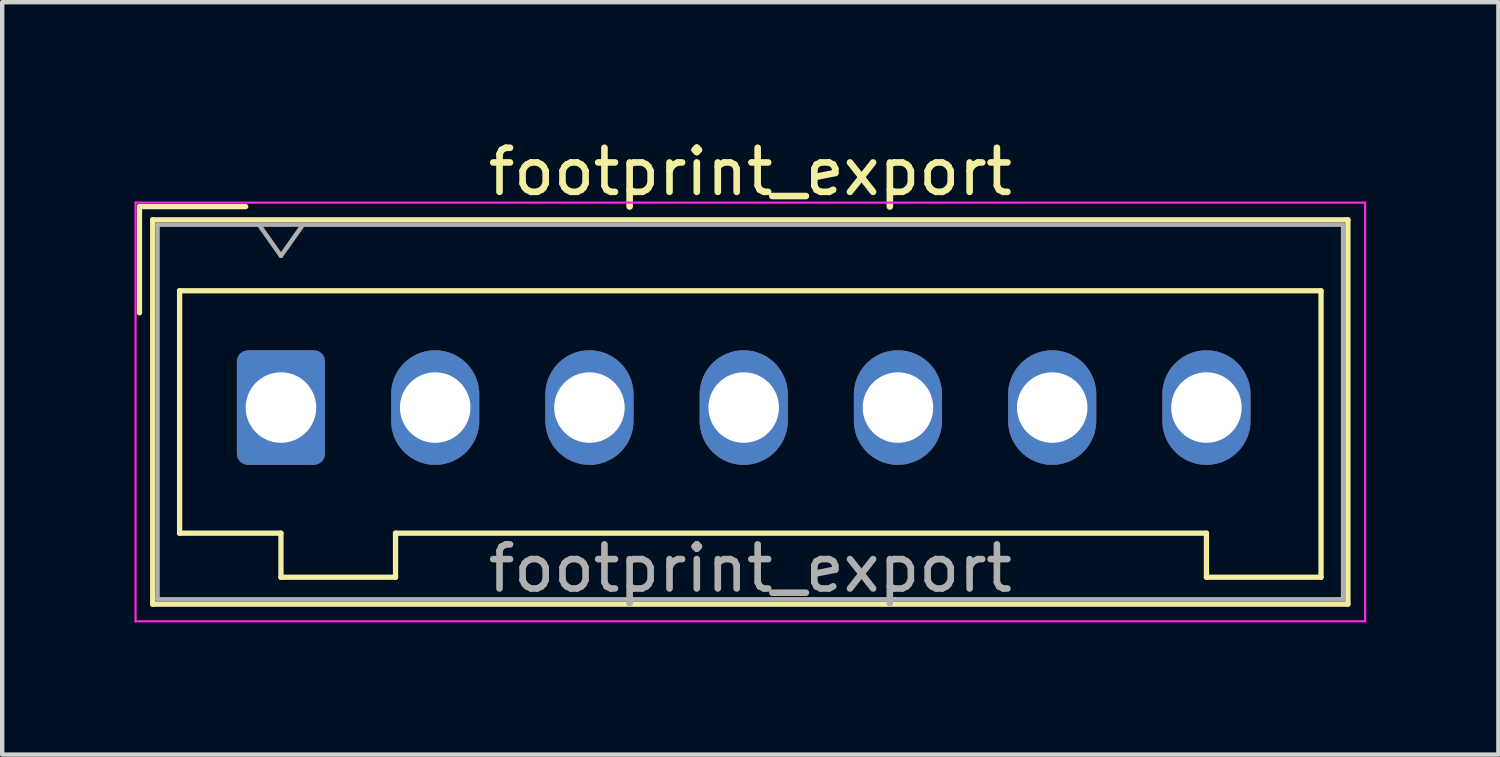
<source format=kicad_pcb>
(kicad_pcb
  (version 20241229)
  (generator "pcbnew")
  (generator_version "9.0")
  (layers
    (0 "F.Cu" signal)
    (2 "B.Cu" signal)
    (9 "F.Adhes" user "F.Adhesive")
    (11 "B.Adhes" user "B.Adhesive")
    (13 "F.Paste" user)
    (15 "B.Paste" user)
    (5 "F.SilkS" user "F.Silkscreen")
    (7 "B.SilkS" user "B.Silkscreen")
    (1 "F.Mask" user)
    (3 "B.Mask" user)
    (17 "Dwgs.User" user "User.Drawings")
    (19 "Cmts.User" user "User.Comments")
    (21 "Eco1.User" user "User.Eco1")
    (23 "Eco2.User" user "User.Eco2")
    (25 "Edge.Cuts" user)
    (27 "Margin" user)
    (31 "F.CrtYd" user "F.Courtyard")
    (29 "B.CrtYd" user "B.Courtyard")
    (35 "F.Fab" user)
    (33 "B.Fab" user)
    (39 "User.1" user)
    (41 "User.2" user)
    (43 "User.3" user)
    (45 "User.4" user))
  (footprint "footprint_export"
    (layer "F.Cu")
    (at 3.325 6.198)
    (property "Reference" "footprint_export" (at 10.65 -5.35 0) (layer "F.SilkS") (effects (font (size 1 1) (thickness 0.15))))
    (attr through_hole)
    (fp_line (start -3.21 -4.56) (end -0.8 -4.56) (stroke (width 0.12) (type solid)) (layer "F.SilkS"))
    (fp_line (start -3.21 -2.15) (end -3.21 -4.56) (stroke (width 0.12) (type solid)) (layer "F.SilkS"))
    (fp_line (start -2.91 -4.26) (end -2.91 4.46) (stroke (width 0.12) (type solid)) (layer "F.SilkS"))
    (fp_line (start -2.91 4.46) (end 24.21 4.46) (stroke (width 0.12) (type solid)) (layer "F.SilkS"))
    (fp_line (start -2.3 -2.65) (end -2.3 2.85) (stroke (width 0.12) (type solid)) (layer "F.SilkS"))
    (fp_line (start -2.3 2.85) (end 0 2.85) (stroke (width 0.12) (type solid)) (layer "F.SilkS"))
    (fp_line (start 0 2.85) (end 0 3.85) (stroke (width 0.12) (type solid)) (layer "F.SilkS"))
    (fp_line (start 0 3.85) (end 2.6 3.85) (stroke (width 0.12) (type solid)) (layer "F.SilkS"))
    (fp_line (start 2.6 2.85) (end 21 2.85) (stroke (width 0.12) (type solid)) (layer "F.SilkS"))
    (fp_line (start 2.6 3.85) (end 2.6 2.85) (stroke (width 0.12) (type solid)) (layer "F.SilkS"))
    (fp_line (start 21 2.85) (end 21 3.85) (stroke (width 0.12) (type solid)) (layer "F.SilkS"))
    (fp_line (start 21 3.85) (end 23.6 3.85) (stroke (width 0.12) (type solid)) (layer "F.SilkS"))
    (fp_line (start 23.6 -2.65) (end -2.3 -2.65) (stroke (width 0.12) (type solid)) (layer "F.SilkS"))
    (fp_line (start 23.6 3.85) (end 23.6 -2.65) (stroke (width 0.12) (type solid)) (layer "F.SilkS"))
    (fp_line (start 24.21 -4.26) (end -2.91 -4.26) (stroke (width 0.12) (type solid)) (layer "F.SilkS"))
    (fp_line (start 24.21 4.46) (end 24.21 -4.26) (stroke (width 0.12) (type solid)) (layer "F.SilkS"))
    (fp_line (start -3.3 -4.65) (end -3.3 4.85) (stroke (width 0.05) (type solid)) (layer "F.CrtYd"))
    (fp_line (start -3.3 4.85) (end 24.6 4.85) (stroke (width 0.05) (type solid)) (layer "F.CrtYd"))
    (fp_line (start 24.6 -4.65) (end -3.3 -4.65) (stroke (width 0.05) (type solid)) (layer "F.CrtYd"))
    (fp_line (start 24.6 4.85) (end 24.6 -4.65) (stroke (width 0.05) (type solid)) (layer "F.CrtYd"))
    (fp_line (start -2.8 -4.15) (end -2.8 4.35) (stroke (width 0.1) (type solid)) (layer "F.Fab"))
    (fp_line (start -2.8 4.35) (end 24.1 4.35) (stroke (width 0.1) (type solid)) (layer "F.Fab"))
    (fp_line (start -0.5 -4.15) (end 0 -3.443) (stroke (width 0.1) (type solid)) (layer "F.Fab"))
    (fp_line (start 0 -3.443) (end 0.5 -4.15) (stroke (width 0.1) (type solid)) (layer "F.Fab"))
    (fp_line (start 24.1 -4.15) (end -2.8 -4.15) (stroke (width 0.1) (type solid)) (layer "F.Fab"))
    (fp_line (start 24.1 4.35) (end 24.1 -4.15) (stroke (width 0.1) (type solid)) (layer "F.Fab"))
    (fp_text user "${REFERENCE}" (at 10.65 3.65 0) (layer "F.Fab") (effects (font (size 1 1) (thickness 0.15))))
    (pad "1" thru_hole roundrect (at 0 0) (size 2 2.6) (drill 1.6) (layers "*.Cu" "*.Mask") (roundrect_rratio 0.125))
    (pad "2" thru_hole oval (at 3.5 0) (size 2 2.6) (drill 1.6) (layers "*.Cu" "*.Mask"))
    (pad "3" thru_hole oval (at 7 0) (size 2 2.6) (drill 1.6) (layers "*.Cu" "*.Mask"))
    (pad "4" thru_hole oval (at 10.5 0) (size 2 2.6) (drill 1.6) (layers "*.Cu" "*.Mask"))
    (pad "5" thru_hole oval (at 14 0) (size 2 2.6) (drill 1.6) (layers "*.Cu" "*.Mask"))
    (pad "6" thru_hole oval (at 17.5 0) (size 2 2.6) (drill 1.6) (layers "*.Cu" "*.Mask"))
    (pad "7" thru_hole oval (at 21 0) (size 2 2.6) (drill 1.6) (layers "*.Cu" "*.Mask")))
  (gr_rect
    (start -3 -3)
    (end 30.95 14.073)
    (stroke (width 0.1) (type default))
    (fill no)
    (layer "Edge.Cuts")))
</source>
